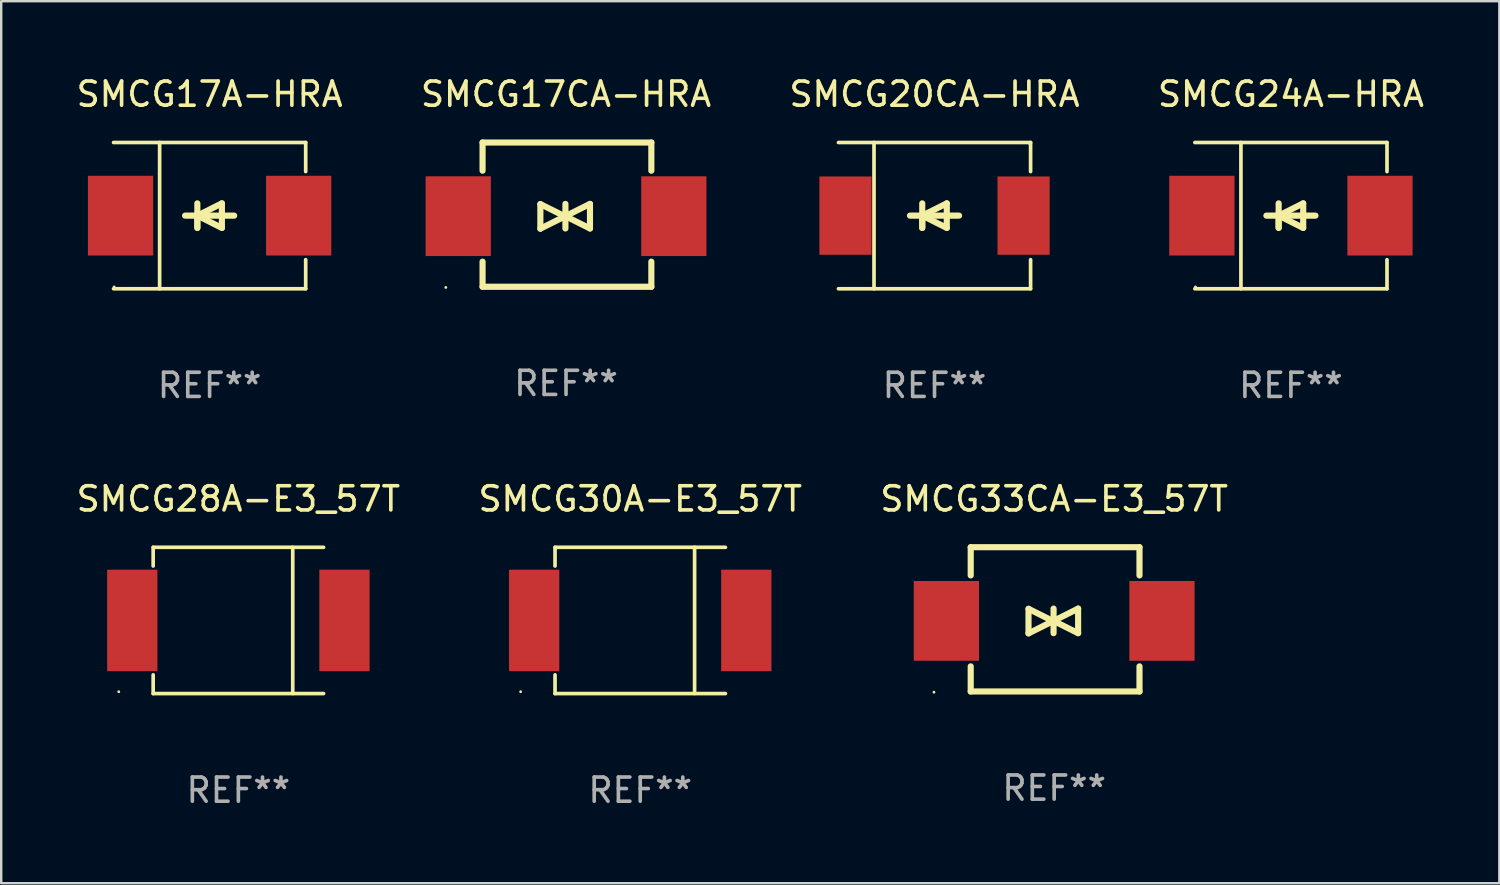
<source format=kicad_pcb>
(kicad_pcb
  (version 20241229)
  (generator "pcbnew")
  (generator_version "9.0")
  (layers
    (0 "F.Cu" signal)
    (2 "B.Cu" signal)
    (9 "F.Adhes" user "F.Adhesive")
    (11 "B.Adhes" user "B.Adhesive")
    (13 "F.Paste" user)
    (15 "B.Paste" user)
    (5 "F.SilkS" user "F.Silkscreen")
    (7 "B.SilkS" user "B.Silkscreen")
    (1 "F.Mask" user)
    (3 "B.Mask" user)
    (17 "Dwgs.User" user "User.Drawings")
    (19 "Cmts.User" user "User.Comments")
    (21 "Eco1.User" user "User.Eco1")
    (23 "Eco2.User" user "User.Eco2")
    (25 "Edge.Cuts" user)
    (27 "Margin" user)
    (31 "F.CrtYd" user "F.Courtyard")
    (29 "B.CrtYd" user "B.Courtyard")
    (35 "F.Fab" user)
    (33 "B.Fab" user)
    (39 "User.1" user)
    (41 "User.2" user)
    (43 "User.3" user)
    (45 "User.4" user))
  (footprint "SMCG28A-E3_57T"
    (layer "F.Cu")
    (at 6.815 22.625)
    (property "Reference" "SMCG28A-E3_57T" (at 0 -5.028 0) (layer "F.SilkS") (effects (font (size 1 1) (thickness 0.15))))
    (attr through_hole)
    (fp_line (start -3.526 -3.024) (end 3.526 -3.024) (stroke (width 0.152) (type solid)) (layer "F.SilkS"))
    (fp_line (start -3.526 -2.251) (end -3.526 -3.024) (stroke (width 0.152) (type solid)) (layer "F.SilkS"))
    (fp_line (start -3.526 2.254) (end -3.526 3.028) (stroke (width 0.152) (type solid)) (layer "F.SilkS"))
    (fp_line (start -3.526 3.028) (end 3.526 3.028) (stroke (width 0.152) (type solid)) (layer "F.SilkS"))
    (fp_line (start 2.25 -3.028) (end 2.25 3.024) (stroke (width 0.152) (type solid)) (layer "F.SilkS"))
    (fp_circle (center -4.95 2.952) (end -4.92 2.952) (stroke (width 0.06) (type solid)) (fill no) (layer "F.SilkS"))
    (fp_text user "REF**" (at 0 7.028 0) (layer "F.Fab") (effects (font (size 1 1) (thickness 0.15))))
    (pad "1" smd rect (at -4.39 0.002) (size 2.08 4.2) (layers "F.Cu" "F.Mask" "F.Paste"))
    (pad "2" smd rect (at 4.39 0.002) (size 2.08 4.2) (layers "F.Cu" "F.Mask" "F.Paste")))
  (footprint "SMCG20CA-HRA"
    (layer "F.Cu")
    (at 35.625 5.874)
    (property "Reference" "SMCG20CA-HRA" (at 0 -5.026 0) (layer "F.SilkS") (effects (font (size 1 1) (thickness 0.15))))
    (attr through_hole)
    (fp_line (start -3.976 -3.026) (end 3.976 -3.026) (stroke (width 0.152) (type solid)) (layer "F.SilkS"))
    (fp_line (start -3.976 3.026) (end 3.976 3.026) (stroke (width 0.152) (type solid)) (layer "F.SilkS"))
    (fp_line (start -2.504 -3.026) (end -2.504 3.026) (stroke (width 0.152) (type solid)) (layer "F.SilkS"))
    (fp_line (start -0.508 0) (end -0.508 0.508) (stroke (width 0.254) (type solid)) (layer "F.SilkS"))
    (fp_line (start -0.508 0) (end 0.508 0.508) (stroke (width 0.254) (type solid)) (layer "F.SilkS"))
    (fp_line (start -0.508 0.508) (end -0.508 -0.508) (stroke (width 0.254) (type solid)) (layer "F.SilkS"))
    (fp_line (start 0.508 -0.508) (end -0.508 0) (stroke (width 0.254) (type solid)) (layer "F.SilkS"))
    (fp_line (start 0.508 0.508) (end 0.508 -0.508) (stroke (width 0.254) (type solid)) (layer "F.SilkS"))
    (fp_line (start 1.016 0) (end -1.016 0) (stroke (width 0.254) (type solid)) (layer "F.SilkS"))
    (fp_line (start 3.976 -3.026) (end 3.976 -1.823) (stroke (width 0.152) (type solid)) (layer "F.SilkS"))
    (fp_line (start 3.976 3.026) (end 3.976 1.823) (stroke (width 0.152) (type solid)) (layer "F.SilkS"))
    (fp_circle (center 3.95 -2.95) (end 3.98 -2.95) (stroke (width 0.06) (type solid)) (fill no) (layer "F.SilkS"))
    (fp_text user "REF**" (at 0 7.026 0) (layer "F.Fab") (effects (font (size 1 1) (thickness 0.15))))
    (pad "1" smd rect (at 3.686 0 180) (size 2.158 3.24) (layers "F.Cu" "F.Mask" "F.Paste"))
    (pad "2" smd rect (at -3.686 0 180) (size 2.158 3.24) (layers "F.Cu" "F.Mask" "F.Paste")))
  (footprint "SMCG17CA-HRA"
    (layer "F.Cu")
    (at 20.375 5.833)
    (property "Reference" "SMCG17CA-HRA" (at 0 -4.985 0) (layer "F.SilkS") (effects (font (size 1 1) (thickness 0.15))))
    (attr through_hole)
    (fp_line (start -3.454 -2.985) (end -3.454 -1.818) (stroke (width 0.254) (type solid)) (layer "F.SilkS"))
    (fp_line (start -3.454 1.945) (end -3.454 2.985) (stroke (width 0.254) (type solid)) (layer "F.SilkS"))
    (fp_line (start -3.454 2.985) (end 3.531 2.985) (stroke (width 0.254) (type solid)) (layer "F.SilkS"))
    (fp_line (start -1.062 -0.436) (end -1.062 0.58) (stroke (width 0.254) (type solid)) (layer "F.SilkS"))
    (fp_line (start -1.062 0.58) (end -0.046 0.072) (stroke (width 0.254) (type solid)) (layer "F.SilkS"))
    (fp_line (start -0.046 0.072) (end -1.062 -0.436) (stroke (width 0.254) (type solid)) (layer "F.SilkS"))
    (fp_line (start -0.025 0.064) (end 0.991 0.572) (stroke (width 0.254) (type solid)) (layer "F.SilkS"))
    (fp_line (start -0.025 0.572) (end -0.025 -0.445) (stroke (width 0.254) (type solid)) (layer "F.SilkS"))
    (fp_line (start 0.991 -0.445) (end -0.025 0.064) (stroke (width 0.254) (type solid)) (layer "F.SilkS"))
    (fp_line (start 0.991 0.572) (end 0.991 -0.445) (stroke (width 0.254) (type solid)) (layer "F.SilkS"))
    (fp_line (start 3.531 -2.985) (end -3.454 -2.985) (stroke (width 0.254) (type solid)) (layer "F.SilkS"))
    (fp_line (start 3.531 -1.818) (end 3.531 -2.985) (stroke (width 0.254) (type solid)) (layer "F.SilkS"))
    (fp_line (start 3.531 2.985) (end 3.531 1.945) (stroke (width 0.254) (type solid)) (layer "F.SilkS"))
    (fp_circle (center -4.975 3.014) (end -4.945 3.014) (stroke (width 0.06) (type solid)) (fill no) (layer "F.SilkS"))
    (fp_text user "REF**" (at 0 6.985 0) (layer "F.Fab") (effects (font (size 1 1) (thickness 0.15))))
    (pad "1" smd rect (at -4.461 0.063) (size 2.7 3.3) (layers "F.Cu" "F.Mask" "F.Paste"))
    (pad "2" smd rect (at 4.461 0.063) (size 2.7 3.3) (layers "F.Cu" "F.Mask" "F.Paste")))
  (footprint "SMCG33CA-E3_57T"
    (layer "F.Cu")
    (at 40.577 22.582)
    (property "Reference" "SMCG33CA-E3_57T" (at 0 -4.985 0) (layer "F.SilkS") (effects (font (size 1 1) (thickness 0.15))))
    (attr through_hole)
    (fp_line (start -3.454 -2.985) (end -3.454 -1.818) (stroke (width 0.254) (type solid)) (layer "F.SilkS"))
    (fp_line (start -3.454 1.945) (end -3.454 2.985) (stroke (width 0.254) (type solid)) (layer "F.SilkS"))
    (fp_line (start -3.454 2.985) (end 3.531 2.985) (stroke (width 0.254) (type solid)) (layer "F.SilkS"))
    (fp_line (start -1.062 -0.436) (end -1.062 0.58) (stroke (width 0.254) (type solid)) (layer "F.SilkS"))
    (fp_line (start -1.062 0.58) (end -0.046 0.072) (stroke (width 0.254) (type solid)) (layer "F.SilkS"))
    (fp_line (start -0.046 0.072) (end -1.062 -0.436) (stroke (width 0.254) (type solid)) (layer "F.SilkS"))
    (fp_line (start -0.025 0.064) (end 0.991 0.572) (stroke (width 0.254) (type solid)) (layer "F.SilkS"))
    (fp_line (start -0.025 0.572) (end -0.025 -0.445) (stroke (width 0.254) (type solid)) (layer "F.SilkS"))
    (fp_line (start 0.991 -0.445) (end -0.025 0.064) (stroke (width 0.254) (type solid)) (layer "F.SilkS"))
    (fp_line (start 0.991 0.572) (end 0.991 -0.445) (stroke (width 0.254) (type solid)) (layer "F.SilkS"))
    (fp_line (start 3.531 -2.985) (end -3.454 -2.985) (stroke (width 0.254) (type solid)) (layer "F.SilkS"))
    (fp_line (start 3.531 -1.818) (end 3.531 -2.985) (stroke (width 0.254) (type solid)) (layer "F.SilkS"))
    (fp_line (start 3.531 2.985) (end 3.531 1.945) (stroke (width 0.254) (type solid)) (layer "F.SilkS"))
    (fp_circle (center -4.975 3.014) (end -4.945 3.014) (stroke (width 0.06) (type solid)) (fill no) (layer "F.SilkS"))
    (fp_text user "REF**" (at 0 6.985 0) (layer "F.Fab") (effects (font (size 1 1) (thickness 0.15))))
    (pad "1" smd rect (at -4.461 0.063) (size 2.7 3.3) (layers "F.Cu" "F.Mask" "F.Paste"))
    (pad "2" smd rect (at 4.461 0.063) (size 2.7 3.3) (layers "F.Cu" "F.Mask" "F.Paste")))
  (footprint "SMCG17A-HRA"
    (layer "F.Cu")
    (at 5.625 5.874)
    (property "Reference" "SMCG17A-HRA" (at 0 -5.026 0) (layer "F.SilkS") (effects (font (size 1 1) (thickness 0.15))))
    (attr through_hole)
    (fp_line (start -3.976 -3.026) (end 3.976 -3.026) (stroke (width 0.152) (type solid)) (layer "F.SilkS"))
    (fp_line (start -3.976 3.026) (end 3.976 3.026) (stroke (width 0.152) (type solid)) (layer "F.SilkS"))
    (fp_line (start -2.069 -3.026) (end -2.069 3.026) (stroke (width 0.152) (type solid)) (layer "F.SilkS"))
    (fp_line (start -0.508 0) (end -0.508 0.508) (stroke (width 0.254) (type solid)) (layer "F.SilkS"))
    (fp_line (start -0.508 0) (end 0.508 0.508) (stroke (width 0.254) (type solid)) (layer "F.SilkS"))
    (fp_line (start -0.508 0.508) (end -0.508 -0.508) (stroke (width 0.254) (type solid)) (layer "F.SilkS"))
    (fp_line (start 0.508 -0.508) (end -0.508 0) (stroke (width 0.254) (type solid)) (layer "F.SilkS"))
    (fp_line (start 0.508 0.508) (end 0.508 -0.508) (stroke (width 0.254) (type solid)) (layer "F.SilkS"))
    (fp_line (start 1.016 0) (end -1.016 0) (stroke (width 0.254) (type solid)) (layer "F.SilkS"))
    (fp_line (start 3.976 -3.026) (end 3.976 -1.823) (stroke (width 0.152) (type solid)) (layer "F.SilkS"))
    (fp_line (start 3.976 3.026) (end 3.976 1.823) (stroke (width 0.152) (type solid)) (layer "F.SilkS"))
    (fp_circle (center -3.95 2.95) (end -3.92 2.95) (stroke (width 0.06) (type solid)) (fill no) (layer "F.SilkS"))
    (fp_text user "REF**" (at 0 7.026 0) (layer "F.Fab") (effects (font (size 1 1) (thickness 0.15))))
    (pad "1" smd rect (at -3.686 0) (size 2.7 3.3) (layers "F.Cu" "F.Mask" "F.Paste"))
    (pad "2" smd rect (at 3.686 0) (size 2.7 3.3) (layers "F.Cu" "F.Mask" "F.Paste")))
  (footprint "SMCG30A-E3_57T"
    (layer "F.Cu")
    (at 23.446 22.625)
    (property "Reference" "SMCG30A-E3_57T" (at 0 -5.028 0) (layer "F.SilkS") (effects (font (size 1 1) (thickness 0.15))))
    (attr through_hole)
    (fp_line (start -3.526 -3.024) (end 3.526 -3.024) (stroke (width 0.152) (type solid)) (layer "F.SilkS"))
    (fp_line (start -3.526 -2.251) (end -3.526 -3.024) (stroke (width 0.152) (type solid)) (layer "F.SilkS"))
    (fp_line (start -3.526 2.254) (end -3.526 3.028) (stroke (width 0.152) (type solid)) (layer "F.SilkS"))
    (fp_line (start -3.526 3.028) (end 3.526 3.028) (stroke (width 0.152) (type solid)) (layer "F.SilkS"))
    (fp_line (start 2.25 -3.028) (end 2.25 3.024) (stroke (width 0.152) (type solid)) (layer "F.SilkS"))
    (fp_circle (center -4.95 2.952) (end -4.92 2.952) (stroke (width 0.06) (type solid)) (fill no) (layer "F.SilkS"))
    (fp_text user "REF**" (at 0 7.028 0) (layer "F.Fab") (effects (font (size 1 1) (thickness 0.15))))
    (pad "1" smd rect (at -4.39 0.002) (size 2.08 4.2) (layers "F.Cu" "F.Mask" "F.Paste"))
    (pad "2" smd rect (at 4.39 0.002) (size 2.08 4.2) (layers "F.Cu" "F.Mask" "F.Paste")))
  (footprint "SMCG24A-HRA"
    (layer "F.Cu")
    (at 50.375 5.874)
    (property "Reference" "SMCG24A-HRA" (at 0 -5.026 0) (layer "F.SilkS") (effects (font (size 1 1) (thickness 0.15))))
    (attr through_hole)
    (fp_line (start -3.976 -3.026) (end 3.976 -3.026) (stroke (width 0.152) (type solid)) (layer "F.SilkS"))
    (fp_line (start -3.976 3.026) (end 3.976 3.026) (stroke (width 0.152) (type solid)) (layer "F.SilkS"))
    (fp_line (start -2.069 -3.026) (end -2.069 3.026) (stroke (width 0.152) (type solid)) (layer "F.SilkS"))
    (fp_line (start -0.508 0) (end -0.508 0.508) (stroke (width 0.254) (type solid)) (layer "F.SilkS"))
    (fp_line (start -0.508 0) (end 0.508 0.508) (stroke (width 0.254) (type solid)) (layer "F.SilkS"))
    (fp_line (start -0.508 0.508) (end -0.508 -0.508) (stroke (width 0.254) (type solid)) (layer "F.SilkS"))
    (fp_line (start 0.508 -0.508) (end -0.508 0) (stroke (width 0.254) (type solid)) (layer "F.SilkS"))
    (fp_line (start 0.508 0.508) (end 0.508 -0.508) (stroke (width 0.254) (type solid)) (layer "F.SilkS"))
    (fp_line (start 1.016 0) (end -1.016 0) (stroke (width 0.254) (type solid)) (layer "F.SilkS"))
    (fp_line (start 3.976 -3.026) (end 3.976 -1.823) (stroke (width 0.152) (type solid)) (layer "F.SilkS"))
    (fp_line (start 3.976 3.026) (end 3.976 1.823) (stroke (width 0.152) (type solid)) (layer "F.SilkS"))
    (fp_circle (center -3.95 2.95) (end -3.92 2.95) (stroke (width 0.06) (type solid)) (fill no) (layer "F.SilkS"))
    (fp_text user "REF**" (at 0 7.026 0) (layer "F.Fab") (effects (font (size 1 1) (thickness 0.15))))
    (pad "1" smd rect (at -3.686 0) (size 2.7 3.3) (layers "F.Cu" "F.Mask" "F.Paste"))
    (pad "2" smd rect (at 3.686 0) (size 2.7 3.3) (layers "F.Cu" "F.Mask" "F.Paste")))
  (gr_rect
    (start -3 -3)
    (end 59 33.502)
    (stroke (width 0.1) (type default))
    (fill no)
    (layer "Edge.Cuts")))
</source>
